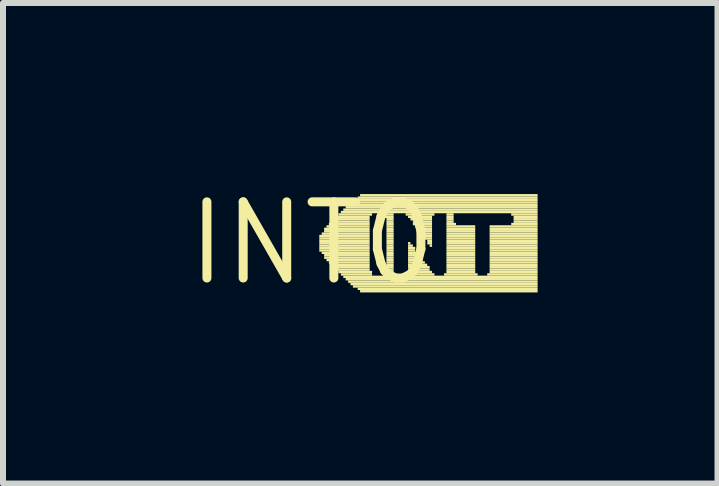
<source format=kicad_pcb>
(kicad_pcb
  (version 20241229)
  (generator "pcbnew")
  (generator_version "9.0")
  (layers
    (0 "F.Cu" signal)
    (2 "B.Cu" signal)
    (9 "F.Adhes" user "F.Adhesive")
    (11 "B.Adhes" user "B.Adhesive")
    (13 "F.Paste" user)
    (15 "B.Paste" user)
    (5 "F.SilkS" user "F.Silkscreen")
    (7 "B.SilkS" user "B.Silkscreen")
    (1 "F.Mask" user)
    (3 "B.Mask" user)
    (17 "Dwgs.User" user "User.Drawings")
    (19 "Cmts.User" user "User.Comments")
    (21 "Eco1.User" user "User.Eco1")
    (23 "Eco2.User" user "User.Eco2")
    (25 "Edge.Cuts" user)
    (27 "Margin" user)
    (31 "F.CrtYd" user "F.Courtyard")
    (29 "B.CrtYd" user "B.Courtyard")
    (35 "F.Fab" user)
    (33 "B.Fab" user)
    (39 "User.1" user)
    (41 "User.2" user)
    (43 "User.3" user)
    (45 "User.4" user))
  (footprint "INT0"
    (layer "F.Cu")
    (at 2.154 1.006)
    (property "Reference" "INT0" (at 0 0 0) (layer "F.SilkS") (effects (font (size 1.27 1.27) (thickness 0.15))))
    (attr through_hole)
    (fp_poly (pts (xy 0.12 -0.1) (xy 0.96 -0.1) (xy 0.96 -0.14) (xy 0.12 -0.14)) (stroke (width 0) (type solid)) (fill yes) (layer "F.SilkS"))
    (fp_poly (pts (xy 0.12 -0.06) (xy 0.96 -0.06) (xy 0.96 -0.1) (xy 0.12 -0.1)) (stroke (width 0) (type solid)) (fill yes) (layer "F.SilkS"))
    (fp_poly (pts (xy 0.12 -0.02) (xy 0.96 -0.02) (xy 0.96 -0.06) (xy 0.12 -0.06)) (stroke (width 0) (type solid)) (fill yes) (layer "F.SilkS"))
    (fp_poly (pts (xy 0.12 0.02) (xy 0.96 0.02) (xy 0.96 -0.02) (xy 0.12 -0.02)) (stroke (width 0) (type solid)) (fill yes) (layer "F.SilkS"))
    (fp_poly (pts (xy 0.12 0.06) (xy 0.96 0.06) (xy 0.96 0.02) (xy 0.12 0.02)) (stroke (width 0) (type solid)) (fill yes) (layer "F.SilkS"))
    (fp_poly (pts (xy 0.12 0.1) (xy 0.96 0.1) (xy 0.96 0.06) (xy 0.12 0.06)) (stroke (width 0) (type solid)) (fill yes) (layer "F.SilkS"))
    (fp_poly (pts (xy 0.12 0.14) (xy 0.96 0.14) (xy 0.96 0.1) (xy 0.12 0.1)) (stroke (width 0) (type solid)) (fill yes) (layer "F.SilkS"))
    (fp_poly (pts (xy 0.16 -0.14) (xy 0.96 -0.14) (xy 0.96 -0.18) (xy 0.16 -0.18)) (stroke (width 0) (type solid)) (fill yes) (layer "F.SilkS"))
    (fp_poly (pts (xy 0.16 0.18) (xy 0.96 0.18) (xy 0.96 0.14) (xy 0.16 0.14)) (stroke (width 0) (type solid)) (fill yes) (layer "F.SilkS"))
    (fp_poly (pts (xy 0.2 -0.22) (xy 0.96 -0.22) (xy 0.96 -0.26) (xy 0.2 -0.26)) (stroke (width 0) (type solid)) (fill yes) (layer "F.SilkS"))
    (fp_poly (pts (xy 0.2 -0.18) (xy 0.96 -0.18) (xy 0.96 -0.22) (xy 0.2 -0.22)) (stroke (width 0) (type solid)) (fill yes) (layer "F.SilkS"))
    (fp_poly (pts (xy 0.2 0.22) (xy 0.96 0.22) (xy 0.96 0.18) (xy 0.2 0.18)) (stroke (width 0) (type solid)) (fill yes) (layer "F.SilkS"))
    (fp_poly (pts (xy 0.2 0.26) (xy 0.96 0.26) (xy 0.96 0.22) (xy 0.2 0.22)) (stroke (width 0) (type solid)) (fill yes) (layer "F.SilkS"))
    (fp_poly (pts (xy 0.24 -0.26) (xy 0.96 -0.26) (xy 0.96 -0.3) (xy 0.24 -0.3)) (stroke (width 0) (type solid)) (fill yes) (layer "F.SilkS"))
    (fp_poly (pts (xy 0.24 0.3) (xy 0.96 0.3) (xy 0.96 0.26) (xy 0.24 0.26)) (stroke (width 0) (type solid)) (fill yes) (layer "F.SilkS"))
    (fp_poly (pts (xy 0.28 -0.3) (xy 0.96 -0.3) (xy 0.96 -0.34) (xy 0.28 -0.34)) (stroke (width 0) (type solid)) (fill yes) (layer "F.SilkS"))
    (fp_poly (pts (xy 0.28 0.34) (xy 0.96 0.34) (xy 0.96 0.3) (xy 0.28 0.3)) (stroke (width 0) (type solid)) (fill yes) (layer "F.SilkS"))
    (fp_poly (pts (xy 0.32 -0.34) (xy 0.96 -0.34) (xy 0.96 -0.38) (xy 0.32 -0.38)) (stroke (width 0) (type solid)) (fill yes) (layer "F.SilkS"))
    (fp_poly (pts (xy 0.32 0.38) (xy 0.96 0.38) (xy 0.96 0.34) (xy 0.32 0.34)) (stroke (width 0) (type solid)) (fill yes) (layer "F.SilkS"))
    (fp_poly (pts (xy 0.36 -0.38) (xy 0.96 -0.38) (xy 0.96 -0.42) (xy 0.36 -0.42)) (stroke (width 0) (type solid)) (fill yes) (layer "F.SilkS"))
    (fp_poly (pts (xy 0.36 0.42) (xy 0.96 0.42) (xy 0.96 0.38) (xy 0.36 0.38)) (stroke (width 0) (type solid)) (fill yes) (layer "F.SilkS"))
    (fp_poly (pts (xy 0.4 -0.42) (xy 0.96 -0.42) (xy 0.96 -0.46) (xy 0.4 -0.46)) (stroke (width 0) (type solid)) (fill yes) (layer "F.SilkS"))
    (fp_poly (pts (xy 0.4 0.46) (xy 0.96 0.46) (xy 0.96 0.42) (xy 0.4 0.42)) (stroke (width 0) (type solid)) (fill yes) (layer "F.SilkS"))
    (fp_poly (pts (xy 0.44 -0.46) (xy 1 -0.46) (xy 1 -0.5) (xy 0.44 -0.5)) (stroke (width 0) (type solid)) (fill yes) (layer "F.SilkS"))
    (fp_poly (pts (xy 0.44 0.5) (xy 1 0.5) (xy 1 0.46) (xy 0.44 0.46)) (stroke (width 0) (type solid)) (fill yes) (layer "F.SilkS"))
    (fp_poly (pts (xy 0.48 -0.5) (xy 3.76 -0.5) (xy 3.76 -0.54) (xy 0.48 -0.54)) (stroke (width 0) (type solid)) (fill yes) (layer "F.SilkS"))
    (fp_poly (pts (xy 0.48 0.54) (xy 1 0.54) (xy 1 0.5) (xy 0.48 0.5)) (stroke (width 0) (type solid)) (fill yes) (layer "F.SilkS"))
    (fp_poly (pts (xy 0.52 -0.54) (xy 3.76 -0.54) (xy 3.76 -0.58) (xy 0.52 -0.58)) (stroke (width 0) (type solid)) (fill yes) (layer "F.SilkS"))
    (fp_poly (pts (xy 0.52 0.58) (xy 3.76 0.58) (xy 3.76 0.54) (xy 0.52 0.54)) (stroke (width 0) (type solid)) (fill yes) (layer "F.SilkS"))
    (fp_poly (pts (xy 0.56 -0.58) (xy 3.76 -0.58) (xy 3.76 -0.62) (xy 0.56 -0.62)) (stroke (width 0) (type solid)) (fill yes) (layer "F.SilkS"))
    (fp_poly (pts (xy 0.56 0.62) (xy 3.76 0.62) (xy 3.76 0.58) (xy 0.56 0.58)) (stroke (width 0) (type solid)) (fill yes) (layer "F.SilkS"))
    (fp_poly (pts (xy 0.6 -0.62) (xy 3.76 -0.62) (xy 3.76 -0.66) (xy 0.6 -0.66)) (stroke (width 0) (type solid)) (fill yes) (layer "F.SilkS"))
    (fp_poly (pts (xy 0.6 0.66) (xy 3.76 0.66) (xy 3.76 0.62) (xy 0.6 0.62)) (stroke (width 0) (type solid)) (fill yes) (layer "F.SilkS"))
    (fp_poly (pts (xy 0.64 -0.66) (xy 3.76 -0.66) (xy 3.76 -0.7) (xy 0.64 -0.7)) (stroke (width 0) (type solid)) (fill yes) (layer "F.SilkS"))
    (fp_poly (pts (xy 0.64 0.7) (xy 3.76 0.7) (xy 3.76 0.66) (xy 0.64 0.66)) (stroke (width 0) (type solid)) (fill yes) (layer "F.SilkS"))
    (fp_poly (pts (xy 0.68 -0.7) (xy 3.76 -0.7) (xy 3.76 -0.74) (xy 0.68 -0.74)) (stroke (width 0) (type solid)) (fill yes) (layer "F.SilkS"))
    (fp_poly (pts (xy 0.68 0.74) (xy 3.76 0.74) (xy 3.76 0.7) (xy 0.68 0.7)) (stroke (width 0) (type solid)) (fill yes) (layer "F.SilkS"))
    (fp_poly (pts (xy 0.76 -0.74) (xy 3.76 -0.74) (xy 3.76 -0.78) (xy 0.76 -0.78)) (stroke (width 0) (type solid)) (fill yes) (layer "F.SilkS"))
    (fp_poly (pts (xy 0.76 0.78) (xy 3.76 0.78) (xy 3.76 0.74) (xy 0.76 0.74)) (stroke (width 0) (type solid)) (fill yes) (layer "F.SilkS"))
    (fp_poly (pts (xy 0.8 -0.78) (xy 3.76 -0.78) (xy 3.76 -0.82) (xy 0.8 -0.82)) (stroke (width 0) (type solid)) (fill yes) (layer "F.SilkS"))
    (fp_poly (pts (xy 0.8 0.82) (xy 3.76 0.82) (xy 3.76 0.78) (xy 0.8 0.78)) (stroke (width 0) (type solid)) (fill yes) (layer "F.SilkS"))
    (fp_poly (pts (xy 1.2 -0.46) (xy 1.36 -0.46) (xy 1.36 -0.5) (xy 1.2 -0.5)) (stroke (width 0) (type solid)) (fill yes) (layer "F.SilkS"))
    (fp_poly (pts (xy 1.2 -0.42) (xy 1.36 -0.42) (xy 1.36 -0.46) (xy 1.2 -0.46)) (stroke (width 0) (type solid)) (fill yes) (layer "F.SilkS"))
    (fp_poly (pts (xy 1.2 0.5) (xy 1.36 0.5) (xy 1.36 0.46) (xy 1.2 0.46)) (stroke (width 0) (type solid)) (fill yes) (layer "F.SilkS"))
    (fp_poly (pts (xy 1.2 0.54) (xy 1.36 0.54) (xy 1.36 0.5) (xy 1.2 0.5)) (stroke (width 0) (type solid)) (fill yes) (layer "F.SilkS"))
    (fp_poly (pts (xy 1.24 -0.38) (xy 1.36 -0.38) (xy 1.36 -0.42) (xy 1.24 -0.42)) (stroke (width 0) (type solid)) (fill yes) (layer "F.SilkS"))
    (fp_poly (pts (xy 1.24 -0.34) (xy 1.36 -0.34) (xy 1.36 -0.38) (xy 1.24 -0.38)) (stroke (width 0) (type solid)) (fill yes) (layer "F.SilkS"))
    (fp_poly (pts (xy 1.24 -0.3) (xy 1.36 -0.3) (xy 1.36 -0.34) (xy 1.24 -0.34)) (stroke (width 0) (type solid)) (fill yes) (layer "F.SilkS"))
    (fp_poly (pts (xy 1.24 -0.26) (xy 1.36 -0.26) (xy 1.36 -0.3) (xy 1.24 -0.3)) (stroke (width 0) (type solid)) (fill yes) (layer "F.SilkS"))
    (fp_poly (pts (xy 1.24 -0.22) (xy 1.36 -0.22) (xy 1.36 -0.26) (xy 1.24 -0.26)) (stroke (width 0) (type solid)) (fill yes) (layer "F.SilkS"))
    (fp_poly (pts (xy 1.24 -0.18) (xy 1.36 -0.18) (xy 1.36 -0.22) (xy 1.24 -0.22)) (stroke (width 0) (type solid)) (fill yes) (layer "F.SilkS"))
    (fp_poly (pts (xy 1.24 -0.14) (xy 1.36 -0.14) (xy 1.36 -0.18) (xy 1.24 -0.18)) (stroke (width 0) (type solid)) (fill yes) (layer "F.SilkS"))
    (fp_poly (pts (xy 1.24 -0.1) (xy 1.36 -0.1) (xy 1.36 -0.14) (xy 1.24 -0.14)) (stroke (width 0) (type solid)) (fill yes) (layer "F.SilkS"))
    (fp_poly (pts (xy 1.24 -0.06) (xy 1.36 -0.06) (xy 1.36 -0.1) (xy 1.24 -0.1)) (stroke (width 0) (type solid)) (fill yes) (layer "F.SilkS"))
    (fp_poly (pts (xy 1.24 -0.02) (xy 1.36 -0.02) (xy 1.36 -0.06) (xy 1.24 -0.06)) (stroke (width 0) (type solid)) (fill yes) (layer "F.SilkS"))
    (fp_poly (pts (xy 1.24 0.02) (xy 1.36 0.02) (xy 1.36 -0.02) (xy 1.24 -0.02)) (stroke (width 0) (type solid)) (fill yes) (layer "F.SilkS"))
    (fp_poly (pts (xy 1.24 0.06) (xy 1.36 0.06) (xy 1.36 0.02) (xy 1.24 0.02)) (stroke (width 0) (type solid)) (fill yes) (layer "F.SilkS"))
    (fp_poly (pts (xy 1.24 0.1) (xy 1.36 0.1) (xy 1.36 0.06) (xy 1.24 0.06)) (stroke (width 0) (type solid)) (fill yes) (layer "F.SilkS"))
    (fp_poly (pts (xy 1.24 0.14) (xy 1.36 0.14) (xy 1.36 0.1) (xy 1.24 0.1)) (stroke (width 0) (type solid)) (fill yes) (layer "F.SilkS"))
    (fp_poly (pts (xy 1.24 0.18) (xy 1.36 0.18) (xy 1.36 0.14) (xy 1.24 0.14)) (stroke (width 0) (type solid)) (fill yes) (layer "F.SilkS"))
    (fp_poly (pts (xy 1.24 0.22) (xy 1.36 0.22) (xy 1.36 0.18) (xy 1.24 0.18)) (stroke (width 0) (type solid)) (fill yes) (layer "F.SilkS"))
    (fp_poly (pts (xy 1.24 0.26) (xy 1.36 0.26) (xy 1.36 0.22) (xy 1.24 0.22)) (stroke (width 0) (type solid)) (fill yes) (layer "F.SilkS"))
    (fp_poly (pts (xy 1.24 0.3) (xy 1.36 0.3) (xy 1.36 0.26) (xy 1.24 0.26)) (stroke (width 0) (type solid)) (fill yes) (layer "F.SilkS"))
    (fp_poly (pts (xy 1.24 0.34) (xy 1.36 0.34) (xy 1.36 0.3) (xy 1.24 0.3)) (stroke (width 0) (type solid)) (fill yes) (layer "F.SilkS"))
    (fp_poly (pts (xy 1.24 0.38) (xy 1.36 0.38) (xy 1.36 0.34) (xy 1.24 0.34)) (stroke (width 0) (type solid)) (fill yes) (layer "F.SilkS"))
    (fp_poly (pts (xy 1.24 0.42) (xy 1.36 0.42) (xy 1.36 0.38) (xy 1.24 0.38)) (stroke (width 0) (type solid)) (fill yes) (layer "F.SilkS"))
    (fp_poly (pts (xy 1.24 0.46) (xy 1.36 0.46) (xy 1.36 0.42) (xy 1.24 0.42)) (stroke (width 0) (type solid)) (fill yes) (layer "F.SilkS"))
    (fp_poly (pts (xy 1.56 -0.46) (xy 2.04 -0.46) (xy 2.04 -0.5) (xy 1.56 -0.5)) (stroke (width 0) (type solid)) (fill yes) (layer "F.SilkS"))
    (fp_poly (pts (xy 1.56 0.54) (xy 2.04 0.54) (xy 2.04 0.5) (xy 1.56 0.5)) (stroke (width 0) (type solid)) (fill yes) (layer "F.SilkS"))
    (fp_poly (pts (xy 1.6 -0.42) (xy 2 -0.42) (xy 2 -0.46) (xy 1.6 -0.46)) (stroke (width 0) (type solid)) (fill yes) (layer "F.SilkS"))
    (fp_poly (pts (xy 1.6 0.02) (xy 1.64 0.02) (xy 1.64 -0.02) (xy 1.6 -0.02)) (stroke (width 0) (type solid)) (fill yes) (layer "F.SilkS"))
    (fp_poly (pts (xy 1.6 0.06) (xy 1.68 0.06) (xy 1.68 0.02) (xy 1.6 0.02)) (stroke (width 0) (type solid)) (fill yes) (layer "F.SilkS"))
    (fp_poly (pts (xy 1.6 0.1) (xy 1.72 0.1) (xy 1.72 0.06) (xy 1.6 0.06)) (stroke (width 0) (type solid)) (fill yes) (layer "F.SilkS"))
    (fp_poly (pts (xy 1.6 0.14) (xy 1.72 0.14) (xy 1.72 0.1) (xy 1.6 0.1)) (stroke (width 0) (type solid)) (fill yes) (layer "F.SilkS"))
    (fp_poly (pts (xy 1.6 0.18) (xy 1.76 0.18) (xy 1.76 0.14) (xy 1.6 0.14)) (stroke (width 0) (type solid)) (fill yes) (layer "F.SilkS"))
    (fp_poly (pts (xy 1.6 0.22) (xy 1.8 0.22) (xy 1.8 0.18) (xy 1.6 0.18)) (stroke (width 0) (type solid)) (fill yes) (layer "F.SilkS"))
    (fp_poly (pts (xy 1.6 0.26) (xy 1.84 0.26) (xy 1.84 0.22) (xy 1.6 0.22)) (stroke (width 0) (type solid)) (fill yes) (layer "F.SilkS"))
    (fp_poly (pts (xy 1.6 0.3) (xy 1.84 0.3) (xy 1.84 0.26) (xy 1.6 0.26)) (stroke (width 0) (type solid)) (fill yes) (layer "F.SilkS"))
    (fp_poly (pts (xy 1.6 0.34) (xy 1.88 0.34) (xy 1.88 0.3) (xy 1.6 0.3)) (stroke (width 0) (type solid)) (fill yes) (layer "F.SilkS"))
    (fp_poly (pts (xy 1.6 0.38) (xy 1.92 0.38) (xy 1.92 0.34) (xy 1.6 0.34)) (stroke (width 0) (type solid)) (fill yes) (layer "F.SilkS"))
    (fp_poly (pts (xy 1.6 0.42) (xy 1.96 0.42) (xy 1.96 0.38) (xy 1.6 0.38)) (stroke (width 0) (type solid)) (fill yes) (layer "F.SilkS"))
    (fp_poly (pts (xy 1.6 0.46) (xy 1.96 0.46) (xy 1.96 0.42) (xy 1.6 0.42)) (stroke (width 0) (type solid)) (fill yes) (layer "F.SilkS"))
    (fp_poly (pts (xy 1.6 0.5) (xy 2 0.5) (xy 2 0.46) (xy 1.6 0.46)) (stroke (width 0) (type solid)) (fill yes) (layer "F.SilkS"))
    (fp_poly (pts (xy 1.64 -0.38) (xy 2 -0.38) (xy 2 -0.42) (xy 1.64 -0.42)) (stroke (width 0) (type solid)) (fill yes) (layer "F.SilkS"))
    (fp_poly (pts (xy 1.68 -0.34) (xy 2 -0.34) (xy 2 -0.38) (xy 1.68 -0.38)) (stroke (width 0) (type solid)) (fill yes) (layer "F.SilkS"))
    (fp_poly (pts (xy 1.68 -0.3) (xy 2 -0.3) (xy 2 -0.34) (xy 1.68 -0.34)) (stroke (width 0) (type solid)) (fill yes) (layer "F.SilkS"))
    (fp_poly (pts (xy 1.72 -0.26) (xy 2 -0.26) (xy 2 -0.3) (xy 1.72 -0.3)) (stroke (width 0) (type solid)) (fill yes) (layer "F.SilkS"))
    (fp_poly (pts (xy 1.76 -0.22) (xy 2 -0.22) (xy 2 -0.26) (xy 1.76 -0.26)) (stroke (width 0) (type solid)) (fill yes) (layer "F.SilkS"))
    (fp_poly (pts (xy 1.8 -0.18) (xy 2 -0.18) (xy 2 -0.22) (xy 1.8 -0.22)) (stroke (width 0) (type solid)) (fill yes) (layer "F.SilkS"))
    (fp_poly (pts (xy 1.8 -0.14) (xy 2 -0.14) (xy 2 -0.18) (xy 1.8 -0.18)) (stroke (width 0) (type solid)) (fill yes) (layer "F.SilkS"))
    (fp_poly (pts (xy 1.84 -0.1) (xy 2 -0.1) (xy 2 -0.14) (xy 1.84 -0.14)) (stroke (width 0) (type solid)) (fill yes) (layer "F.SilkS"))
    (fp_poly (pts (xy 1.88 -0.06) (xy 2 -0.06) (xy 2 -0.1) (xy 1.88 -0.1)) (stroke (width 0) (type solid)) (fill yes) (layer "F.SilkS"))
    (fp_poly (pts (xy 1.92 -0.02) (xy 2 -0.02) (xy 2 -0.06) (xy 1.92 -0.06)) (stroke (width 0) (type solid)) (fill yes) (layer "F.SilkS"))
    (fp_poly (pts (xy 1.92 0.02) (xy 2 0.02) (xy 2 -0.02) (xy 1.92 -0.02)) (stroke (width 0) (type solid)) (fill yes) (layer "F.SilkS"))
    (fp_poly (pts (xy 1.96 0.06) (xy 2 0.06) (xy 2 0.02) (xy 1.96 0.02)) (stroke (width 0) (type solid)) (fill yes) (layer "F.SilkS"))
    (fp_poly (pts (xy 2.2 0.54) (xy 2.76 0.54) (xy 2.76 0.5) (xy 2.2 0.5)) (stroke (width 0) (type solid)) (fill yes) (layer "F.SilkS"))
    (fp_poly (pts (xy 2.24 -0.46) (xy 2.36 -0.46) (xy 2.36 -0.5) (xy 2.24 -0.5)) (stroke (width 0) (type solid)) (fill yes) (layer "F.SilkS"))
    (fp_poly (pts (xy 2.24 -0.42) (xy 2.36 -0.42) (xy 2.36 -0.46) (xy 2.24 -0.46)) (stroke (width 0) (type solid)) (fill yes) (layer "F.SilkS"))
    (fp_poly (pts (xy 2.24 -0.38) (xy 2.36 -0.38) (xy 2.36 -0.42) (xy 2.24 -0.42)) (stroke (width 0) (type solid)) (fill yes) (layer "F.SilkS"))
    (fp_poly (pts (xy 2.24 -0.34) (xy 2.36 -0.34) (xy 2.36 -0.38) (xy 2.24 -0.38)) (stroke (width 0) (type solid)) (fill yes) (layer "F.SilkS"))
    (fp_poly (pts (xy 2.24 -0.3) (xy 2.4 -0.3) (xy 2.4 -0.34) (xy 2.24 -0.34)) (stroke (width 0) (type solid)) (fill yes) (layer "F.SilkS"))
    (fp_poly (pts (xy 2.24 -0.26) (xy 2.72 -0.26) (xy 2.72 -0.3) (xy 2.24 -0.3)) (stroke (width 0) (type solid)) (fill yes) (layer "F.SilkS"))
    (fp_poly (pts (xy 2.24 -0.22) (xy 2.72 -0.22) (xy 2.72 -0.26) (xy 2.24 -0.26)) (stroke (width 0) (type solid)) (fill yes) (layer "F.SilkS"))
    (fp_poly (pts (xy 2.24 -0.18) (xy 2.72 -0.18) (xy 2.72 -0.22) (xy 2.24 -0.22)) (stroke (width 0) (type solid)) (fill yes) (layer "F.SilkS"))
    (fp_poly (pts (xy 2.24 -0.14) (xy 2.72 -0.14) (xy 2.72 -0.18) (xy 2.24 -0.18)) (stroke (width 0) (type solid)) (fill yes) (layer "F.SilkS"))
    (fp_poly (pts (xy 2.24 -0.1) (xy 2.72 -0.1) (xy 2.72 -0.14) (xy 2.24 -0.14)) (stroke (width 0) (type solid)) (fill yes) (layer "F.SilkS"))
    (fp_poly (pts (xy 2.24 -0.06) (xy 2.72 -0.06) (xy 2.72 -0.1) (xy 2.24 -0.1)) (stroke (width 0) (type solid)) (fill yes) (layer "F.SilkS"))
    (fp_poly (pts (xy 2.24 -0.02) (xy 2.72 -0.02) (xy 2.72 -0.06) (xy 2.24 -0.06)) (stroke (width 0) (type solid)) (fill yes) (layer "F.SilkS"))
    (fp_poly (pts (xy 2.24 0.02) (xy 2.72 0.02) (xy 2.72 -0.02) (xy 2.24 -0.02)) (stroke (width 0) (type solid)) (fill yes) (layer "F.SilkS"))
    (fp_poly (pts (xy 2.24 0.06) (xy 2.72 0.06) (xy 2.72 0.02) (xy 2.24 0.02)) (stroke (width 0) (type solid)) (fill yes) (layer "F.SilkS"))
    (fp_poly (pts (xy 2.24 0.1) (xy 2.72 0.1) (xy 2.72 0.06) (xy 2.24 0.06)) (stroke (width 0) (type solid)) (fill yes) (layer "F.SilkS"))
    (fp_poly (pts (xy 2.24 0.14) (xy 2.72 0.14) (xy 2.72 0.1) (xy 2.24 0.1)) (stroke (width 0) (type solid)) (fill yes) (layer "F.SilkS"))
    (fp_poly (pts (xy 2.24 0.18) (xy 2.72 0.18) (xy 2.72 0.14) (xy 2.24 0.14)) (stroke (width 0) (type solid)) (fill yes) (layer "F.SilkS"))
    (fp_poly (pts (xy 2.24 0.22) (xy 2.72 0.22) (xy 2.72 0.18) (xy 2.24 0.18)) (stroke (width 0) (type solid)) (fill yes) (layer "F.SilkS"))
    (fp_poly (pts (xy 2.24 0.26) (xy 2.72 0.26) (xy 2.72 0.22) (xy 2.24 0.22)) (stroke (width 0) (type solid)) (fill yes) (layer "F.SilkS"))
    (fp_poly (pts (xy 2.24 0.3) (xy 2.72 0.3) (xy 2.72 0.26) (xy 2.24 0.26)) (stroke (width 0) (type solid)) (fill yes) (layer "F.SilkS"))
    (fp_poly (pts (xy 2.24 0.34) (xy 2.72 0.34) (xy 2.72 0.3) (xy 2.24 0.3)) (stroke (width 0) (type solid)) (fill yes) (layer "F.SilkS"))
    (fp_poly (pts (xy 2.24 0.38) (xy 2.72 0.38) (xy 2.72 0.34) (xy 2.24 0.34)) (stroke (width 0) (type solid)) (fill yes) (layer "F.SilkS"))
    (fp_poly (pts (xy 2.24 0.42) (xy 2.72 0.42) (xy 2.72 0.38) (xy 2.24 0.38)) (stroke (width 0) (type solid)) (fill yes) (layer "F.SilkS"))
    (fp_poly (pts (xy 2.24 0.46) (xy 2.72 0.46) (xy 2.72 0.42) (xy 2.24 0.42)) (stroke (width 0) (type solid)) (fill yes) (layer "F.SilkS"))
    (fp_poly (pts (xy 2.24 0.5) (xy 2.72 0.5) (xy 2.72 0.46) (xy 2.24 0.46)) (stroke (width 0) (type solid)) (fill yes) (layer "F.SilkS"))
    (fp_poly (pts (xy 2.92 0.54) (xy 3.76 0.54) (xy 3.76 0.5) (xy 2.92 0.5)) (stroke (width 0) (type solid)) (fill yes) (layer "F.SilkS"))
    (fp_poly (pts (xy 2.96 -0.26) (xy 3.76 -0.26) (xy 3.76 -0.3) (xy 2.96 -0.3)) (stroke (width 0) (type solid)) (fill yes) (layer "F.SilkS"))
    (fp_poly (pts (xy 2.96 -0.22) (xy 3.76 -0.22) (xy 3.76 -0.26) (xy 2.96 -0.26)) (stroke (width 0) (type solid)) (fill yes) (layer "F.SilkS"))
    (fp_poly (pts (xy 2.96 -0.18) (xy 3.76 -0.18) (xy 3.76 -0.22) (xy 2.96 -0.22)) (stroke (width 0) (type solid)) (fill yes) (layer "F.SilkS"))
    (fp_poly (pts (xy 2.96 -0.14) (xy 3.76 -0.14) (xy 3.76 -0.18) (xy 2.96 -0.18)) (stroke (width 0) (type solid)) (fill yes) (layer "F.SilkS"))
    (fp_poly (pts (xy 2.96 -0.1) (xy 3.76 -0.1) (xy 3.76 -0.14) (xy 2.96 -0.14)) (stroke (width 0) (type solid)) (fill yes) (layer "F.SilkS"))
    (fp_poly (pts (xy 2.96 -0.06) (xy 3.76 -0.06) (xy 3.76 -0.1) (xy 2.96 -0.1)) (stroke (width 0) (type solid)) (fill yes) (layer "F.SilkS"))
    (fp_poly (pts (xy 2.96 -0.02) (xy 3.76 -0.02) (xy 3.76 -0.06) (xy 2.96 -0.06)) (stroke (width 0) (type solid)) (fill yes) (layer "F.SilkS"))
    (fp_poly (pts (xy 2.96 0.02) (xy 3.76 0.02) (xy 3.76 -0.02) (xy 2.96 -0.02)) (stroke (width 0) (type solid)) (fill yes) (layer "F.SilkS"))
    (fp_poly (pts (xy 2.96 0.06) (xy 3.76 0.06) (xy 3.76 0.02) (xy 2.96 0.02)) (stroke (width 0) (type solid)) (fill yes) (layer "F.SilkS"))
    (fp_poly (pts (xy 2.96 0.1) (xy 3.76 0.1) (xy 3.76 0.06) (xy 2.96 0.06)) (stroke (width 0) (type solid)) (fill yes) (layer "F.SilkS"))
    (fp_poly (pts (xy 2.96 0.14) (xy 3.76 0.14) (xy 3.76 0.1) (xy 2.96 0.1)) (stroke (width 0) (type solid)) (fill yes) (layer "F.SilkS"))
    (fp_poly (pts (xy 2.96 0.18) (xy 3.76 0.18) (xy 3.76 0.14) (xy 2.96 0.14)) (stroke (width 0) (type solid)) (fill yes) (layer "F.SilkS"))
    (fp_poly (pts (xy 2.96 0.22) (xy 3.76 0.22) (xy 3.76 0.18) (xy 2.96 0.18)) (stroke (width 0) (type solid)) (fill yes) (layer "F.SilkS"))
    (fp_poly (pts (xy 2.96 0.26) (xy 3.76 0.26) (xy 3.76 0.22) (xy 2.96 0.22)) (stroke (width 0) (type solid)) (fill yes) (layer "F.SilkS"))
    (fp_poly (pts (xy 2.96 0.3) (xy 3.76 0.3) (xy 3.76 0.26) (xy 2.96 0.26)) (stroke (width 0) (type solid)) (fill yes) (layer "F.SilkS"))
    (fp_poly (pts (xy 2.96 0.34) (xy 3.76 0.34) (xy 3.76 0.3) (xy 2.96 0.3)) (stroke (width 0) (type solid)) (fill yes) (layer "F.SilkS"))
    (fp_poly (pts (xy 2.96 0.38) (xy 3.76 0.38) (xy 3.76 0.34) (xy 2.96 0.34)) (stroke (width 0) (type solid)) (fill yes) (layer "F.SilkS"))
    (fp_poly (pts (xy 2.96 0.42) (xy 3.76 0.42) (xy 3.76 0.38) (xy 2.96 0.38)) (stroke (width 0) (type solid)) (fill yes) (layer "F.SilkS"))
    (fp_poly (pts (xy 2.96 0.46) (xy 3.76 0.46) (xy 3.76 0.42) (xy 2.96 0.42)) (stroke (width 0) (type solid)) (fill yes) (layer "F.SilkS"))
    (fp_poly (pts (xy 2.96 0.5) (xy 3.76 0.5) (xy 3.76 0.46) (xy 2.96 0.46)) (stroke (width 0) (type solid)) (fill yes) (layer "F.SilkS"))
    (fp_poly (pts (xy 3.32 -0.46) (xy 3.76 -0.46) (xy 3.76 -0.5) (xy 3.32 -0.5)) (stroke (width 0) (type solid)) (fill yes) (layer "F.SilkS"))
    (fp_poly (pts (xy 3.32 -0.3) (xy 3.76 -0.3) (xy 3.76 -0.34) (xy 3.32 -0.34)) (stroke (width 0) (type solid)) (fill yes) (layer "F.SilkS"))
    (fp_poly (pts (xy 3.36 -0.42) (xy 3.76 -0.42) (xy 3.76 -0.46) (xy 3.36 -0.46)) (stroke (width 0) (type solid)) (fill yes) (layer "F.SilkS"))
    (fp_poly (pts (xy 3.36 -0.38) (xy 3.76 -0.38) (xy 3.76 -0.42) (xy 3.36 -0.42)) (stroke (width 0) (type solid)) (fill yes) (layer "F.SilkS"))
    (fp_poly (pts (xy 3.36 -0.34) (xy 3.76 -0.34) (xy 3.76 -0.38) (xy 3.36 -0.38)) (stroke (width 0) (type solid)) (fill yes) (layer "F.SilkS")))
  (gr_rect
    (start -3 -3)
    (end 8.914 5.012)
    (stroke (width 0.1) (type default))
    (fill no)
    (layer "Edge.Cuts")))
</source>
